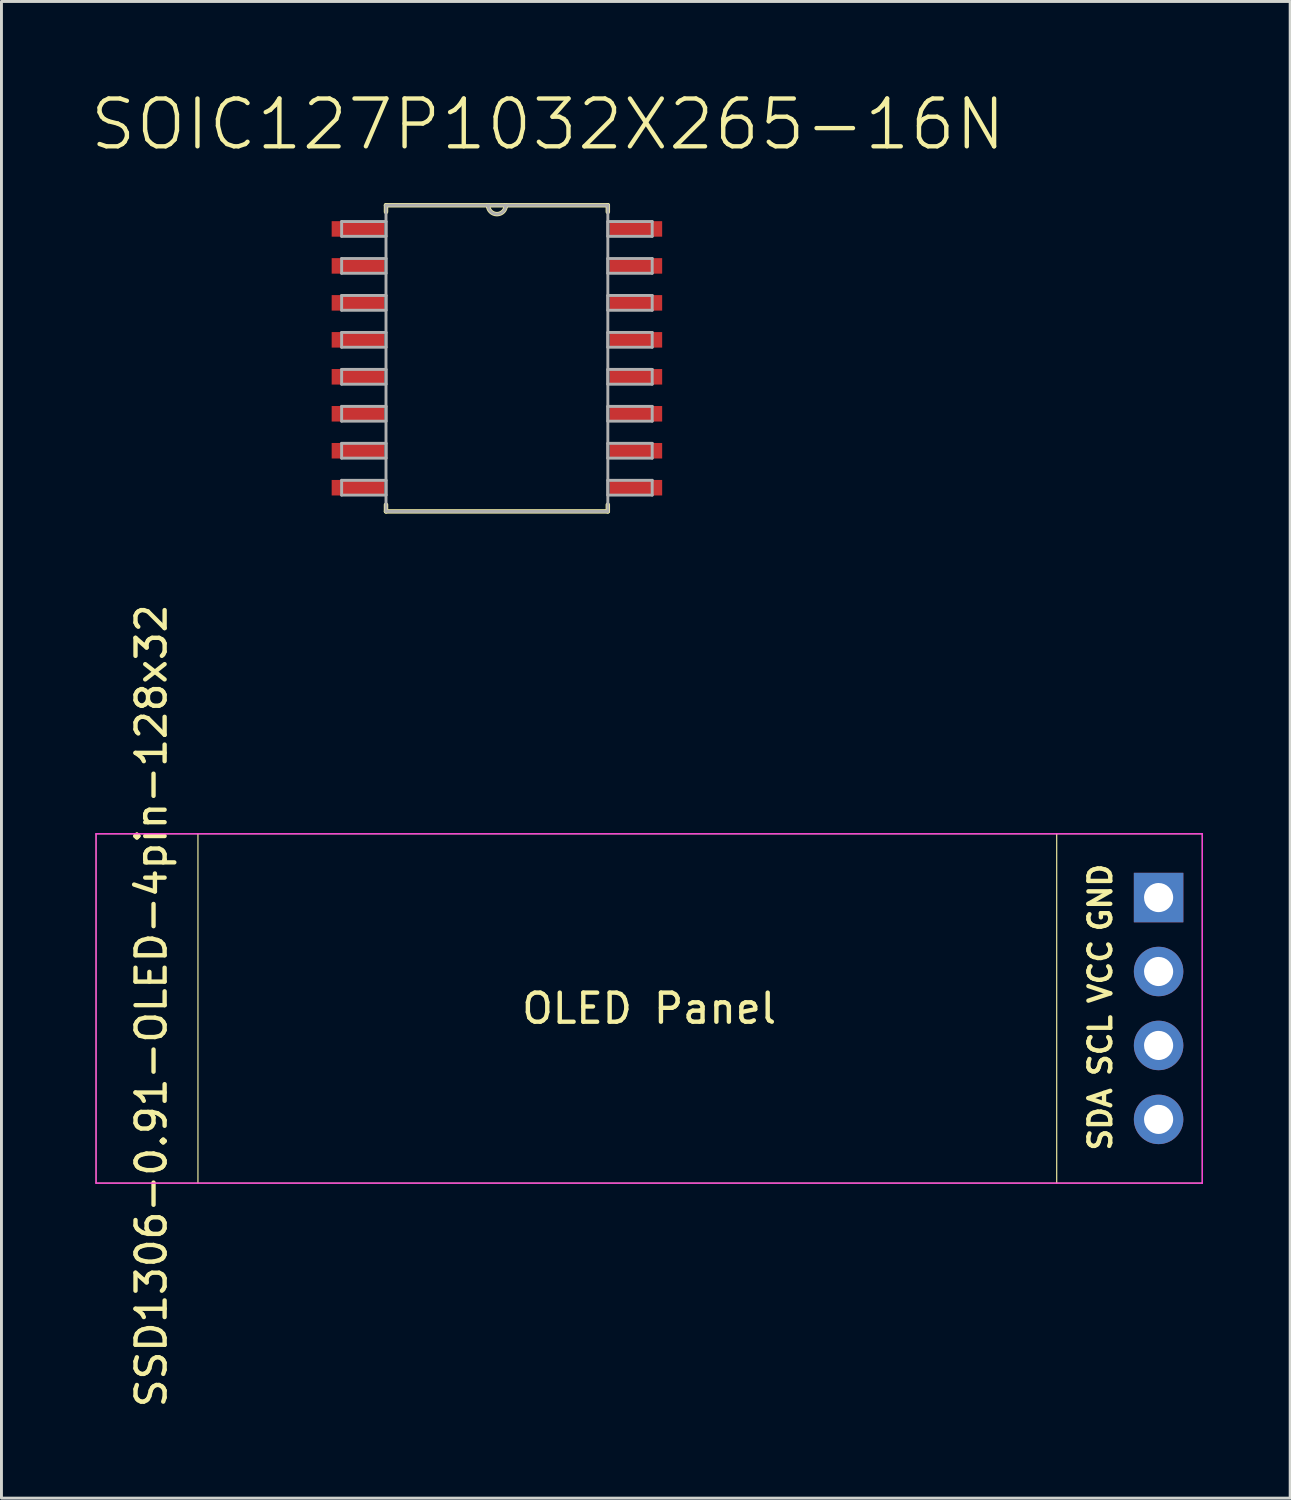
<source format=kicad_pcb>
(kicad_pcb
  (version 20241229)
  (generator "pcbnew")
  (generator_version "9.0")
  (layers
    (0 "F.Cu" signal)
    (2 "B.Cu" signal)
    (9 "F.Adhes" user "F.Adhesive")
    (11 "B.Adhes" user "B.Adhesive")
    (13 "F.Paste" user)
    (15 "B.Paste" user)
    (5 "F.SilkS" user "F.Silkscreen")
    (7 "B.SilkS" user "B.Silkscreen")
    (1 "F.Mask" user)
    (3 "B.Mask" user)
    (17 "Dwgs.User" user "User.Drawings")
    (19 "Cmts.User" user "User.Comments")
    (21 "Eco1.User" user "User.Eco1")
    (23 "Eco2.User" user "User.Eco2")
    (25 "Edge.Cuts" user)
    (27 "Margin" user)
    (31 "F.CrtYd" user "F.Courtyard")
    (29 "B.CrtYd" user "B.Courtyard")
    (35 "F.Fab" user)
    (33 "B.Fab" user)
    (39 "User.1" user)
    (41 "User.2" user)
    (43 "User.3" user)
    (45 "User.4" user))
  (footprint "SSD1306-0.91-OLED-4pin-128x32"
    (layer "F.Cu")
    (at 0.25 25.593)
    (property "Reference" "SSD1306-0.91-OLED-4pin-128x32" (at 1.9 5.91 90) (layer "F.SilkS") (effects (font (size 1 1) (thickness 0.15))))
    (attr through_hole)
    (fp_line (start 0 0) (end 0 12) (stroke (width 0.04) (type solid)) (layer "F.SilkS"))
    (fp_line (start 0 12) (end 38 12) (stroke (width 0.04) (type solid)) (layer "F.SilkS"))
    (fp_line (start 3.5 0) (end 3.5 12) (stroke (width 0.04) (type solid)) (layer "F.SilkS"))
    (fp_line (start 33 0) (end 33 12) (stroke (width 0.04) (type solid)) (layer "F.SilkS"))
    (fp_line (start 38 0) (end 0 0) (stroke (width 0.04) (type solid)) (layer "F.SilkS"))
    (fp_line (start 38 12) (end 38 0) (stroke (width 0.04) (type solid)) (layer "F.SilkS"))
    (fp_line (start 0 0) (end 0 12) (stroke (width 0.04) (type solid)) (layer "F.CrtYd"))
    (fp_line (start 0 12) (end 38 12) (stroke (width 0.04) (type solid)) (layer "F.CrtYd"))
    (fp_line (start 38 0) (end 0 0) (stroke (width 0.04) (type solid)) (layer "F.CrtYd"))
    (fp_line (start 38 12) (end 38 0) (stroke (width 0.04) (type solid)) (layer "F.CrtYd"))
    (fp_text user "VCC" (at 34.5 4.73 270) (layer "F.SilkS") (effects (font (size 0.75 0.75) (thickness 0.15))))
    (fp_text user "GND" (at 34.5 2.19 270) (layer "F.SilkS") (effects (font (size 0.75 0.75) (thickness 0.15))))
    (fp_text user "SCL" (at 34.5 7.27 270) (layer "F.SilkS") (effects (font (size 0.75 0.75) (thickness 0.15))))
    (fp_text user "OLED Panel" (at 19 6 0) (layer "F.SilkS") (effects (font (size 1 1) (thickness 0.15))))
    (fp_text user "SDA" (at 34.5 9.81 270) (layer "F.SilkS") (effects (font (size 0.75 0.75) (thickness 0.15))))
    (pad "1" thru_hole rect (at 36.5 2.19) (size 1.7 1.7) (drill 1) (layers "*.Cu" "*.Mask"))
    (pad "2" thru_hole oval (at 36.5 4.73) (size 1.7 1.7) (drill 1) (layers "*.Cu" "*.Mask"))
    (pad "3" thru_hole oval (at 36.5 7.27) (size 1.7 1.7) (drill 1) (layers "*.Cu" "*.Mask"))
    (pad "4" thru_hole oval (at 36.5 9.81) (size 1.7 1.7) (drill 1) (layers "*.Cu" "*.Mask")))
  (footprint "SOIC127P1032X265-16N"
    (layer "F.Cu")
    (at 14.02 9.259)
    (property "Reference" "SOIC127P1032X265-16N" (at 1.754 -8.035 0) (layer "F.SilkS") (effects (font (size 1.642 1.642) (thickness 0.15))))
    (attr smd)
    (fp_line (start -3.81 -5.258) (end -3.81 -5.029) (stroke (width 0.152) (type solid)) (layer "F.SilkS"))
    (fp_line (start -3.81 5.029) (end -3.81 5.258) (stroke (width 0.152) (type solid)) (layer "F.SilkS"))
    (fp_line (start -3.81 5.258) (end 3.81 5.258) (stroke (width 0.152) (type solid)) (layer "F.SilkS"))
    (fp_line (start -0.305 -5.258) (end -3.81 -5.258) (stroke (width 0.152) (type solid)) (layer "F.SilkS"))
    (fp_line (start 0.305 -5.258) (end -0.305 -5.258) (stroke (width 0.152) (type solid)) (layer "F.SilkS"))
    (fp_line (start 3.81 -5.258) (end 0.305 -5.258) (stroke (width 0.152) (type solid)) (layer "F.SilkS"))
    (fp_line (start 3.81 -5.029) (end 3.81 -5.258) (stroke (width 0.152) (type solid)) (layer "F.SilkS"))
    (fp_line (start 3.81 5.258) (end 3.81 5.029) (stroke (width 0.152) (type solid)) (layer "F.SilkS"))
    (fp_arc (start 0.3048 -5.2578) (mid 0 -4.953) (end -0.3048 -5.2578) (stroke (width 0.1524) (type solid)) (layer "F.SilkS"))
    (fp_line (start -5.334 -4.699) (end -5.334 -4.191) (stroke (width 0.1) (type solid)) (layer "F.Fab"))
    (fp_line (start -5.334 -4.191) (end -3.81 -4.191) (stroke (width 0.1) (type solid)) (layer "F.Fab"))
    (fp_line (start -5.334 -3.429) (end -5.334 -2.921) (stroke (width 0.1) (type solid)) (layer "F.Fab"))
    (fp_line (start -5.334 -2.921) (end -3.81 -2.921) (stroke (width 0.1) (type solid)) (layer "F.Fab"))
    (fp_line (start -5.334 -2.159) (end -5.334 -1.651) (stroke (width 0.1) (type solid)) (layer "F.Fab"))
    (fp_line (start -5.334 -1.651) (end -3.81 -1.651) (stroke (width 0.1) (type solid)) (layer "F.Fab"))
    (fp_line (start -5.334 -0.889) (end -5.334 -0.381) (stroke (width 0.1) (type solid)) (layer "F.Fab"))
    (fp_line (start -5.334 -0.381) (end -3.81 -0.381) (stroke (width 0.1) (type solid)) (layer "F.Fab"))
    (fp_line (start -5.334 0.381) (end -5.334 0.889) (stroke (width 0.1) (type solid)) (layer "F.Fab"))
    (fp_line (start -5.334 0.889) (end -3.81 0.889) (stroke (width 0.1) (type solid)) (layer "F.Fab"))
    (fp_line (start -5.334 1.651) (end -5.334 2.159) (stroke (width 0.1) (type solid)) (layer "F.Fab"))
    (fp_line (start -5.334 2.159) (end -3.81 2.159) (stroke (width 0.1) (type solid)) (layer "F.Fab"))
    (fp_line (start -5.334 2.921) (end -5.334 3.429) (stroke (width 0.1) (type solid)) (layer "F.Fab"))
    (fp_line (start -5.334 3.429) (end -3.81 3.429) (stroke (width 0.1) (type solid)) (layer "F.Fab"))
    (fp_line (start -5.334 4.191) (end -5.334 4.699) (stroke (width 0.1) (type solid)) (layer "F.Fab"))
    (fp_line (start -5.334 4.699) (end -3.81 4.699) (stroke (width 0.1) (type solid)) (layer "F.Fab"))
    (fp_line (start -3.81 -5.258) (end -3.81 5.258) (stroke (width 0.1) (type solid)) (layer "F.Fab"))
    (fp_line (start -3.81 -4.699) (end -5.334 -4.699) (stroke (width 0.1) (type solid)) (layer "F.Fab"))
    (fp_line (start -3.81 -4.191) (end -3.81 -4.699) (stroke (width 0.1) (type solid)) (layer "F.Fab"))
    (fp_line (start -3.81 -3.429) (end -5.334 -3.429) (stroke (width 0.1) (type solid)) (layer "F.Fab"))
    (fp_line (start -3.81 -2.921) (end -3.81 -3.429) (stroke (width 0.1) (type solid)) (layer "F.Fab"))
    (fp_line (start -3.81 -2.159) (end -5.334 -2.159) (stroke (width 0.1) (type solid)) (layer "F.Fab"))
    (fp_line (start -3.81 -1.651) (end -3.81 -2.159) (stroke (width 0.1) (type solid)) (layer "F.Fab"))
    (fp_line (start -3.81 -0.889) (end -5.334 -0.889) (stroke (width 0.1) (type solid)) (layer "F.Fab"))
    (fp_line (start -3.81 -0.381) (end -3.81 -0.889) (stroke (width 0.1) (type solid)) (layer "F.Fab"))
    (fp_line (start -3.81 0.381) (end -5.334 0.381) (stroke (width 0.1) (type solid)) (layer "F.Fab"))
    (fp_line (start -3.81 0.889) (end -3.81 0.381) (stroke (width 0.1) (type solid)) (layer "F.Fab"))
    (fp_line (start -3.81 1.651) (end -5.334 1.651) (stroke (width 0.1) (type solid)) (layer "F.Fab"))
    (fp_line (start -3.81 2.159) (end -3.81 1.651) (stroke (width 0.1) (type solid)) (layer "F.Fab"))
    (fp_line (start -3.81 2.921) (end -5.334 2.921) (stroke (width 0.1) (type solid)) (layer "F.Fab"))
    (fp_line (start -3.81 3.429) (end -3.81 2.921) (stroke (width 0.1) (type solid)) (layer "F.Fab"))
    (fp_line (start -3.81 4.191) (end -5.334 4.191) (stroke (width 0.1) (type solid)) (layer "F.Fab"))
    (fp_line (start -3.81 4.699) (end -3.81 4.191) (stroke (width 0.1) (type solid)) (layer "F.Fab"))
    (fp_line (start -3.81 5.258) (end 3.81 5.258) (stroke (width 0.1) (type solid)) (layer "F.Fab"))
    (fp_line (start -0.305 -5.258) (end -3.81 -5.258) (stroke (width 0.1) (type solid)) (layer "F.Fab"))
    (fp_line (start 0.305 -5.258) (end -0.305 -5.258) (stroke (width 0.1) (type solid)) (layer "F.Fab"))
    (fp_line (start 3.81 -5.258) (end 0.305 -5.258) (stroke (width 0.1) (type solid)) (layer "F.Fab"))
    (fp_line (start 3.81 -4.699) (end 3.81 -4.191) (stroke (width 0.1) (type solid)) (layer "F.Fab"))
    (fp_line (start 3.81 -4.191) (end 5.334 -4.191) (stroke (width 0.1) (type solid)) (layer "F.Fab"))
    (fp_line (start 3.81 -3.429) (end 3.81 -2.921) (stroke (width 0.1) (type solid)) (layer "F.Fab"))
    (fp_line (start 3.81 -2.921) (end 5.334 -2.921) (stroke (width 0.1) (type solid)) (layer "F.Fab"))
    (fp_line (start 3.81 -2.159) (end 3.81 -1.651) (stroke (width 0.1) (type solid)) (layer "F.Fab"))
    (fp_line (start 3.81 -1.651) (end 5.334 -1.651) (stroke (width 0.1) (type solid)) (layer "F.Fab"))
    (fp_line (start 3.81 -0.889) (end 3.81 -0.381) (stroke (width 0.1) (type solid)) (layer "F.Fab"))
    (fp_line (start 3.81 -0.381) (end 5.334 -0.381) (stroke (width 0.1) (type solid)) (layer "F.Fab"))
    (fp_line (start 3.81 0.381) (end 3.81 0.889) (stroke (width 0.1) (type solid)) (layer "F.Fab"))
    (fp_line (start 3.81 0.889) (end 5.334 0.889) (stroke (width 0.1) (type solid)) (layer "F.Fab"))
    (fp_line (start 3.81 1.651) (end 3.81 2.159) (stroke (width 0.1) (type solid)) (layer "F.Fab"))
    (fp_line (start 3.81 2.159) (end 5.334 2.159) (stroke (width 0.1) (type solid)) (layer "F.Fab"))
    (fp_line (start 3.81 2.921) (end 3.81 3.429) (stroke (width 0.1) (type solid)) (layer "F.Fab"))
    (fp_line (start 3.81 3.429) (end 5.334 3.429) (stroke (width 0.1) (type solid)) (layer "F.Fab"))
    (fp_line (start 3.81 4.191) (end 3.81 4.699) (stroke (width 0.1) (type solid)) (layer "F.Fab"))
    (fp_line (start 3.81 4.699) (end 5.334 4.699) (stroke (width 0.1) (type solid)) (layer "F.Fab"))
    (fp_line (start 3.81 5.258) (end 3.81 -5.258) (stroke (width 0.1) (type solid)) (layer "F.Fab"))
    (fp_line (start 5.334 -4.699) (end 3.81 -4.699) (stroke (width 0.1) (type solid)) (layer "F.Fab"))
    (fp_line (start 5.334 -4.191) (end 5.334 -4.699) (stroke (width 0.1) (type solid)) (layer "F.Fab"))
    (fp_line (start 5.334 -3.429) (end 3.81 -3.429) (stroke (width 0.1) (type solid)) (layer "F.Fab"))
    (fp_line (start 5.334 -2.921) (end 5.334 -3.429) (stroke (width 0.1) (type solid)) (layer "F.Fab"))
    (fp_line (start 5.334 -2.159) (end 3.81 -2.159) (stroke (width 0.1) (type solid)) (layer "F.Fab"))
    (fp_line (start 5.334 -1.651) (end 5.334 -2.159) (stroke (width 0.1) (type solid)) (layer "F.Fab"))
    (fp_line (start 5.334 -0.889) (end 3.81 -0.889) (stroke (width 0.1) (type solid)) (layer "F.Fab"))
    (fp_line (start 5.334 -0.381) (end 5.334 -0.889) (stroke (width 0.1) (type solid)) (layer "F.Fab"))
    (fp_line (start 5.334 0.381) (end 3.81 0.381) (stroke (width 0.1) (type solid)) (layer "F.Fab"))
    (fp_line (start 5.334 0.889) (end 5.334 0.381) (stroke (width 0.1) (type solid)) (layer "F.Fab"))
    (fp_line (start 5.334 1.651) (end 3.81 1.651) (stroke (width 0.1) (type solid)) (layer "F.Fab"))
    (fp_line (start 5.334 2.159) (end 5.334 1.651) (stroke (width 0.1) (type solid)) (layer "F.Fab"))
    (fp_line (start 5.334 2.921) (end 3.81 2.921) (stroke (width 0.1) (type solid)) (layer "F.Fab"))
    (fp_line (start 5.334 3.429) (end 5.334 2.921) (stroke (width 0.1) (type solid)) (layer "F.Fab"))
    (fp_line (start 5.334 4.191) (end 3.81 4.191) (stroke (width 0.1) (type solid)) (layer "F.Fab"))
    (fp_line (start 5.334 4.699) (end 5.334 4.191) (stroke (width 0.1) (type solid)) (layer "F.Fab"))
    (fp_arc (start 0.3048 -5.2578) (mid 0 -4.953) (end -0.3048 -5.2578) (stroke (width 0.1) (type solid)) (layer "F.Fab"))
    (pad "1" smd rect (at -4.775 -4.445) (size 1.803 0.533) (layers "F.Cu" "F.Mask" "F.Paste"))
    (pad "2" smd rect (at -4.775 -3.175) (size 1.803 0.533) (layers "F.Cu" "F.Mask" "F.Paste"))
    (pad "3" smd rect (at -4.775 -1.905) (size 1.803 0.533) (layers "F.Cu" "F.Mask" "F.Paste"))
    (pad "4" smd rect (at -4.775 -0.635) (size 1.803 0.533) (layers "F.Cu" "F.Mask" "F.Paste"))
    (pad "5" smd rect (at -4.775 0.635) (size 1.803 0.533) (layers "F.Cu" "F.Mask" "F.Paste"))
    (pad "6" smd rect (at -4.775 1.905) (size 1.803 0.533) (layers "F.Cu" "F.Mask" "F.Paste"))
    (pad "7" smd rect (at -4.775 3.175) (size 1.803 0.533) (layers "F.Cu" "F.Mask" "F.Paste"))
    (pad "8" smd rect (at -4.775 4.445) (size 1.803 0.533) (layers "F.Cu" "F.Mask" "F.Paste"))
    (pad "9" smd rect (at 4.775 4.445) (size 1.803 0.533) (layers "F.Cu" "F.Mask" "F.Paste"))
    (pad "10" smd rect (at 4.775 3.175) (size 1.803 0.533) (layers "F.Cu" "F.Mask" "F.Paste"))
    (pad "11" smd rect (at 4.775 1.905) (size 1.803 0.533) (layers "F.Cu" "F.Mask" "F.Paste"))
    (pad "12" smd rect (at 4.775 0.635) (size 1.803 0.533) (layers "F.Cu" "F.Mask" "F.Paste"))
    (pad "13" smd rect (at 4.775 -0.635) (size 1.803 0.533) (layers "F.Cu" "F.Mask" "F.Paste"))
    (pad "14" smd rect (at 4.775 -1.905) (size 1.803 0.533) (layers "F.Cu" "F.Mask" "F.Paste"))
    (pad "15" smd rect (at 4.775 -3.175) (size 1.803 0.533) (layers "F.Cu" "F.Mask" "F.Paste"))
    (pad "16" smd rect (at 4.775 -4.445) (size 1.803 0.533) (layers "F.Cu" "F.Mask" "F.Paste")))
  (gr_rect
    (start -3 -3)
    (end 41.27 48.414)
    (stroke (width 0.1) (type default))
    (fill no)
    (layer "Edge.Cuts")))
</source>
